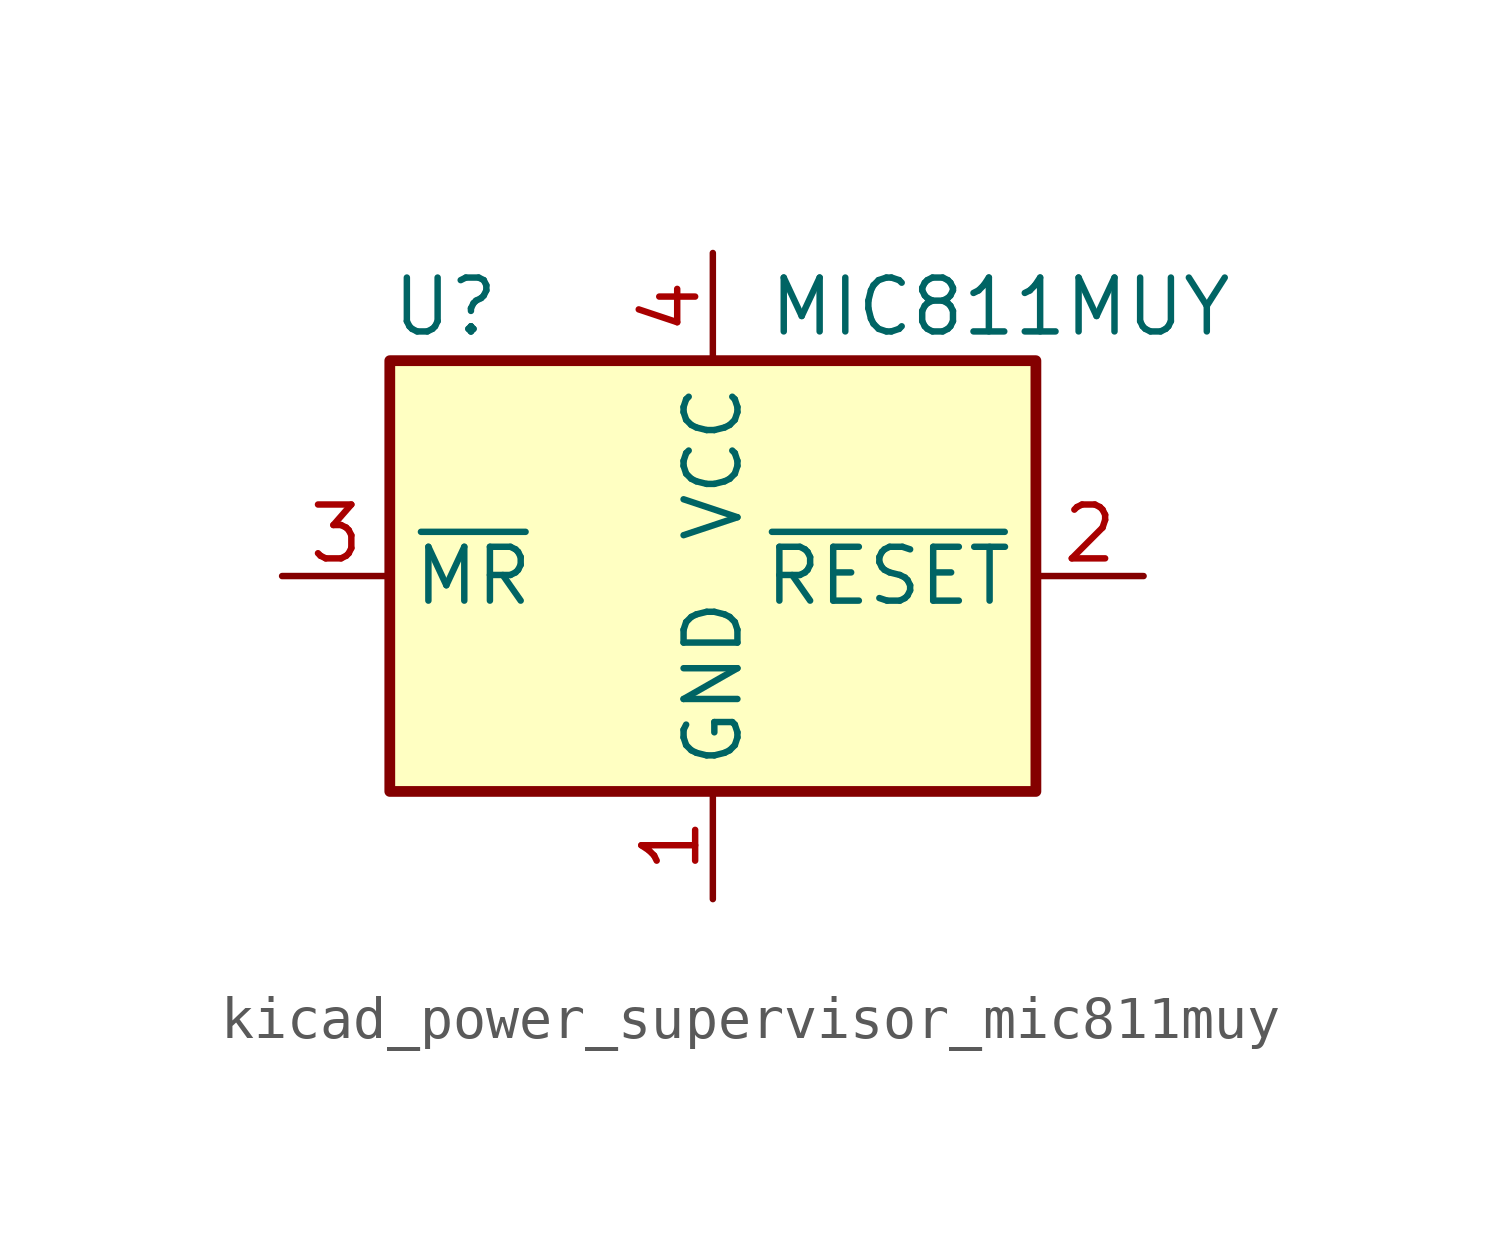
<source format=kicad_sym>
(kicad_symbol_lib
  (version 20220914)
  (generator kicad_symbol_editor)
  (symbol "kicad_power_supervisor_mic811muy"
    (property "Reference" "U"
      (at -7.62 6.35 0)
      (effects (font (size 1.27 1.27)) (justify left)))
    (property "Value" "MIC811MUY"
      (at 1.27 6.35 0)
      (effects (font (size 1.27 1.27)) (justify left)))
    (symbol "kicad_power_supervisor_mic811muy_0_1"
      (rectangle (start -7.62 5.08) (end 7.62 -5.08) (stroke (width 0.254) (type default)) (fill (type background))))
    (symbol "kicad_power_supervisor_mic811muy_1_1"
      (pin power_in line (at 0 -7.62 90) (length 2.54) (name "GND" (effects (font (size 1.27 1.27)))) (number "1" (effects (font (size 1.27 1.27)))))
      (pin output line (at 10.16 0 180) (length 2.54) (name "~{RESET}" (effects (font (size 1.27 1.27)))) (number "2" (effects (font (size 1.27 1.27)))))
      (pin input line (at -10.16 0 0) (length 2.54) (name "~{MR}" (effects (font (size 1.27 1.27)))) (number "3" (effects (font (size 1.27 1.27)))))
      (pin power_in line (at 0 7.62 270) (length 2.54) (name "VCC" (effects (font (size 1.27 1.27)))) (number "4" (effects (font (size 1.27 1.27))))))))
</source>
